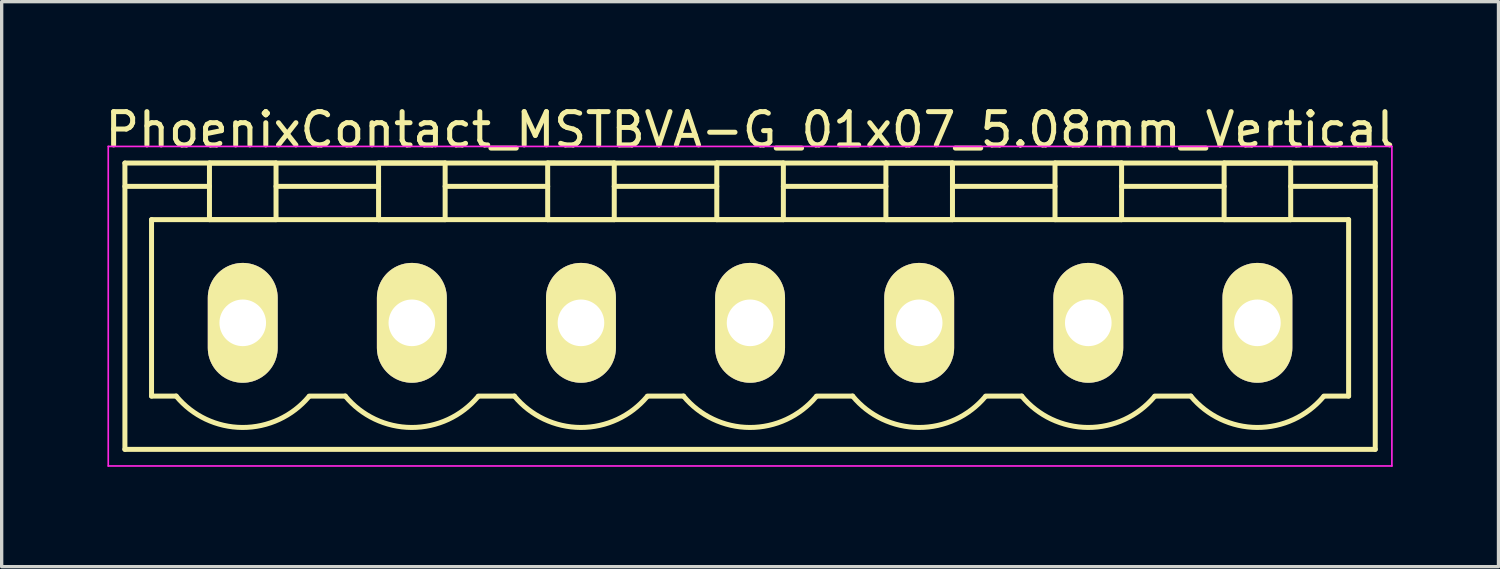
<source format=kicad_pcb>
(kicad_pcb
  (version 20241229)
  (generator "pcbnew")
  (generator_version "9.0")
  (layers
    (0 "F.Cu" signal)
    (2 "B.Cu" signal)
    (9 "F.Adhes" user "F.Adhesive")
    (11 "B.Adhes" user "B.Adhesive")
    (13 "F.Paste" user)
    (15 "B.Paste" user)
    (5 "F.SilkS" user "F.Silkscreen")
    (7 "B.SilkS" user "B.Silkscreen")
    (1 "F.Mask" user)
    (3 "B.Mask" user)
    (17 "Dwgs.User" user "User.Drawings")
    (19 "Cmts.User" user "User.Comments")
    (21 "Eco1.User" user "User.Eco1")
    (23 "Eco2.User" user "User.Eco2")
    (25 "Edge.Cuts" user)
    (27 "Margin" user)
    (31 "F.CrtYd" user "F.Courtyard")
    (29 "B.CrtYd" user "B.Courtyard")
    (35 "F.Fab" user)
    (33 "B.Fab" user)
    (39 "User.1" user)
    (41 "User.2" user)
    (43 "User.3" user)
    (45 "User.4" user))
  (footprint "PhoenixContact_MSTBVA-G_01x07_5.08mm_Vertical"
    (layer "F.Cu")
    (at 4.242 6.648)
    (property "Reference" "PhoenixContact_MSTBVA-G_01x07_5.08mm_Vertical" (at 15.24 -5.8 0) (layer "F.SilkS") (effects (font (size 1 1) (thickness 0.15))))
    (attr through_hole)
    (fp_line (start -3.54 -4.8) (end -3.54 3.8) (stroke (width 0.15) (type solid)) (layer "F.SilkS"))
    (fp_line (start -3.54 -4.1) (end -1 -4.1) (stroke (width 0.15) (type solid)) (layer "F.SilkS"))
    (fp_line (start -3.54 3.8) (end 34.02 3.8) (stroke (width 0.15) (type solid)) (layer "F.SilkS"))
    (fp_line (start -2.74 -3.1) (end 33.22 -3.1) (stroke (width 0.15) (type solid)) (layer "F.SilkS"))
    (fp_line (start -2.74 2.2) (end -2.74 -3.1) (stroke (width 0.15) (type solid)) (layer "F.SilkS"))
    (fp_line (start -2 2.2) (end -2.74 2.2) (stroke (width 0.15) (type solid)) (layer "F.SilkS"))
    (fp_line (start -1 -4.8) (end 1 -4.8) (stroke (width 0.15) (type solid)) (layer "F.SilkS"))
    (fp_line (start -1 -3.1) (end -1 -4.8) (stroke (width 0.15) (type solid)) (layer "F.SilkS"))
    (fp_line (start 1 -4.8) (end 1 -3.1) (stroke (width 0.15) (type solid)) (layer "F.SilkS"))
    (fp_line (start 1 -4.1) (end 4.08 -4.1) (stroke (width 0.15) (type solid)) (layer "F.SilkS"))
    (fp_line (start 1 -3.1) (end -1 -3.1) (stroke (width 0.15) (type solid)) (layer "F.SilkS"))
    (fp_line (start 2 2.2) (end 3.08 2.2) (stroke (width 0.15) (type solid)) (layer "F.SilkS"))
    (fp_line (start 4.08 -4.8) (end 6.08 -4.8) (stroke (width 0.15) (type solid)) (layer "F.SilkS"))
    (fp_line (start 4.08 -3.1) (end 4.08 -4.8) (stroke (width 0.15) (type solid)) (layer "F.SilkS"))
    (fp_line (start 6.08 -4.8) (end 6.08 -3.1) (stroke (width 0.15) (type solid)) (layer "F.SilkS"))
    (fp_line (start 6.08 -4.1) (end 9.16 -4.1) (stroke (width 0.15) (type solid)) (layer "F.SilkS"))
    (fp_line (start 6.08 -3.1) (end 4.08 -3.1) (stroke (width 0.15) (type solid)) (layer "F.SilkS"))
    (fp_line (start 7.08 2.2) (end 8.16 2.2) (stroke (width 0.15) (type solid)) (layer "F.SilkS"))
    (fp_line (start 9.16 -4.8) (end 11.16 -4.8) (stroke (width 0.15) (type solid)) (layer "F.SilkS"))
    (fp_line (start 9.16 -3.1) (end 9.16 -4.8) (stroke (width 0.15) (type solid)) (layer "F.SilkS"))
    (fp_line (start 11.16 -4.8) (end 11.16 -3.1) (stroke (width 0.15) (type solid)) (layer "F.SilkS"))
    (fp_line (start 11.16 -4.1) (end 14.24 -4.1) (stroke (width 0.15) (type solid)) (layer "F.SilkS"))
    (fp_line (start 11.16 -3.1) (end 9.16 -3.1) (stroke (width 0.15) (type solid)) (layer "F.SilkS"))
    (fp_line (start 12.16 2.2) (end 13.24 2.2) (stroke (width 0.15) (type solid)) (layer "F.SilkS"))
    (fp_line (start 14.24 -4.8) (end 16.24 -4.8) (stroke (width 0.15) (type solid)) (layer "F.SilkS"))
    (fp_line (start 14.24 -3.1) (end 14.24 -4.8) (stroke (width 0.15) (type solid)) (layer "F.SilkS"))
    (fp_line (start 16.24 -4.8) (end 16.24 -3.1) (stroke (width 0.15) (type solid)) (layer "F.SilkS"))
    (fp_line (start 16.24 -4.1) (end 19.32 -4.1) (stroke (width 0.15) (type solid)) (layer "F.SilkS"))
    (fp_line (start 16.24 -3.1) (end 14.24 -3.1) (stroke (width 0.15) (type solid)) (layer "F.SilkS"))
    (fp_line (start 17.24 2.2) (end 18.32 2.2) (stroke (width 0.15) (type solid)) (layer "F.SilkS"))
    (fp_line (start 19.32 -4.8) (end 21.32 -4.8) (stroke (width 0.15) (type solid)) (layer "F.SilkS"))
    (fp_line (start 19.32 -3.1) (end 19.32 -4.8) (stroke (width 0.15) (type solid)) (layer "F.SilkS"))
    (fp_line (start 21.32 -4.8) (end 21.32 -3.1) (stroke (width 0.15) (type solid)) (layer "F.SilkS"))
    (fp_line (start 21.32 -4.1) (end 24.4 -4.1) (stroke (width 0.15) (type solid)) (layer "F.SilkS"))
    (fp_line (start 21.32 -3.1) (end 19.32 -3.1) (stroke (width 0.15) (type solid)) (layer "F.SilkS"))
    (fp_line (start 22.32 2.2) (end 23.4 2.2) (stroke (width 0.15) (type solid)) (layer "F.SilkS"))
    (fp_line (start 24.4 -4.8) (end 26.4 -4.8) (stroke (width 0.15) (type solid)) (layer "F.SilkS"))
    (fp_line (start 24.4 -3.1) (end 24.4 -4.8) (stroke (width 0.15) (type solid)) (layer "F.SilkS"))
    (fp_line (start 26.4 -4.8) (end 26.4 -3.1) (stroke (width 0.15) (type solid)) (layer "F.SilkS"))
    (fp_line (start 26.4 -4.1) (end 29.48 -4.1) (stroke (width 0.15) (type solid)) (layer "F.SilkS"))
    (fp_line (start 26.4 -3.1) (end 24.4 -3.1) (stroke (width 0.15) (type solid)) (layer "F.SilkS"))
    (fp_line (start 27.4 2.2) (end 28.48 2.2) (stroke (width 0.15) (type solid)) (layer "F.SilkS"))
    (fp_line (start 29.48 -4.8) (end 31.48 -4.8) (stroke (width 0.15) (type solid)) (layer "F.SilkS"))
    (fp_line (start 29.48 -3.1) (end 29.48 -4.8) (stroke (width 0.15) (type solid)) (layer "F.SilkS"))
    (fp_line (start 31.48 -4.8) (end 31.48 -3.1) (stroke (width 0.15) (type solid)) (layer "F.SilkS"))
    (fp_line (start 31.48 -3.1) (end 29.48 -3.1) (stroke (width 0.15) (type solid)) (layer "F.SilkS"))
    (fp_line (start 33.22 -3.1) (end 33.22 2.2) (stroke (width 0.15) (type solid)) (layer "F.SilkS"))
    (fp_line (start 33.22 2.2) (end 32.48 2.2) (stroke (width 0.15) (type solid)) (layer "F.SilkS"))
    (fp_line (start 34.02 -4.8) (end -3.54 -4.8) (stroke (width 0.15) (type solid)) (layer "F.SilkS"))
    (fp_line (start 34.02 -4.1) (end 31.48 -4.1) (stroke (width 0.15) (type solid)) (layer "F.SilkS"))
    (fp_line (start 34.02 3.8) (end 34.02 -4.8) (stroke (width 0.15) (type solid)) (layer "F.SilkS"))
    (fp_arc (start 1.986842 2.215821) (mid -0.010289 3.142758) (end -2 2.2) (stroke (width 0.15) (type solid)) (layer "F.SilkS"))
    (fp_arc (start 7.066842 2.215821) (mid 5.069711 3.142758) (end 3.08 2.2) (stroke (width 0.15) (type solid)) (layer "F.SilkS"))
    (fp_arc (start 12.146842 2.215821) (mid 10.149711 3.142758) (end 8.16 2.2) (stroke (width 0.15) (type solid)) (layer "F.SilkS"))
    (fp_arc (start 17.226842 2.215821) (mid 15.229711 3.142758) (end 13.24 2.2) (stroke (width 0.15) (type solid)) (layer "F.SilkS"))
    (fp_arc (start 22.306842 2.215821) (mid 20.309711 3.142758) (end 18.32 2.2) (stroke (width 0.15) (type solid)) (layer "F.SilkS"))
    (fp_arc (start 27.386842 2.215821) (mid 25.389711 3.142758) (end 23.4 2.2) (stroke (width 0.15) (type solid)) (layer "F.SilkS"))
    (fp_arc (start 32.466842 2.215821) (mid 30.469711 3.142758) (end 28.48 2.2) (stroke (width 0.15) (type solid)) (layer "F.SilkS"))
    (fp_line (start -4.04 -5.3) (end -4.04 4.3) (stroke (width 0.05) (type solid)) (layer "F.CrtYd"))
    (fp_line (start -4.04 4.3) (end 34.52 4.3) (stroke (width 0.05) (type solid)) (layer "F.CrtYd"))
    (fp_line (start 34.52 -5.3) (end -4.04 -5.3) (stroke (width 0.05) (type solid)) (layer "F.CrtYd"))
    (fp_line (start 34.52 4.3) (end 34.52 -5.3) (stroke (width 0.05) (type solid)) (layer "F.CrtYd"))
    (pad "1" thru_hole oval (at 0 0) (size 2.1 3.6) (drill 1.4) (layers "*.Cu" "*.Mask" "F.SilkS"))
    (pad "2" thru_hole oval (at 5.08 0) (size 2.1 3.6) (drill 1.4) (layers "*.Cu" "*.Mask" "F.SilkS"))
    (pad "3" thru_hole oval (at 10.16 0) (size 2.1 3.6) (drill 1.4) (layers "*.Cu" "*.Mask" "F.SilkS"))
    (pad "4" thru_hole oval (at 15.24 0) (size 2.1 3.6) (drill 1.4) (layers "*.Cu" "*.Mask" "F.SilkS"))
    (pad "5" thru_hole oval (at 20.32 0) (size 2.1 3.6) (drill 1.4) (layers "*.Cu" "*.Mask" "F.SilkS"))
    (pad "6" thru_hole oval (at 25.4 0) (size 2.1 3.6) (drill 1.4) (layers "*.Cu" "*.Mask" "F.SilkS"))
    (pad "7" thru_hole oval (at 30.48 0) (size 2.1 3.6) (drill 1.4) (layers "*.Cu" "*.Mask" "F.SilkS")))
  (gr_rect
    (start -3 -3)
    (end 41.964 13.973)
    (stroke (width 0.1) (type default))
    (fill no)
    (layer "Edge.Cuts")))
</source>
